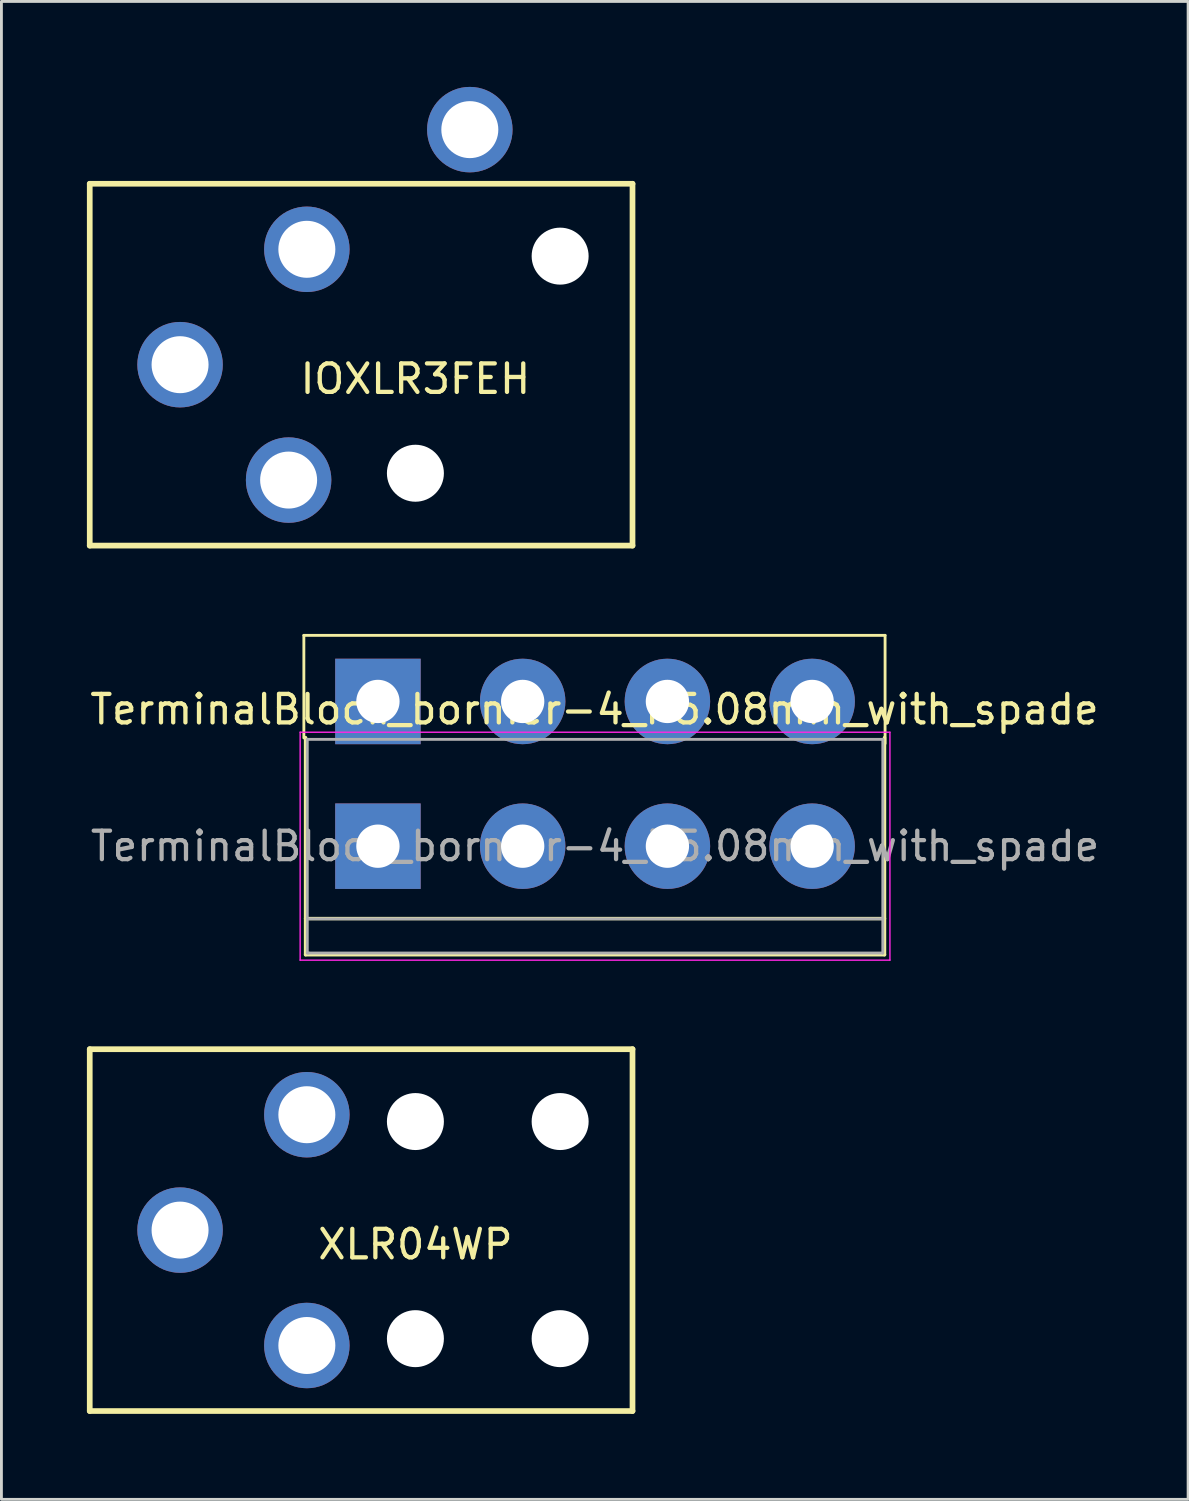
<source format=kicad_pcb>
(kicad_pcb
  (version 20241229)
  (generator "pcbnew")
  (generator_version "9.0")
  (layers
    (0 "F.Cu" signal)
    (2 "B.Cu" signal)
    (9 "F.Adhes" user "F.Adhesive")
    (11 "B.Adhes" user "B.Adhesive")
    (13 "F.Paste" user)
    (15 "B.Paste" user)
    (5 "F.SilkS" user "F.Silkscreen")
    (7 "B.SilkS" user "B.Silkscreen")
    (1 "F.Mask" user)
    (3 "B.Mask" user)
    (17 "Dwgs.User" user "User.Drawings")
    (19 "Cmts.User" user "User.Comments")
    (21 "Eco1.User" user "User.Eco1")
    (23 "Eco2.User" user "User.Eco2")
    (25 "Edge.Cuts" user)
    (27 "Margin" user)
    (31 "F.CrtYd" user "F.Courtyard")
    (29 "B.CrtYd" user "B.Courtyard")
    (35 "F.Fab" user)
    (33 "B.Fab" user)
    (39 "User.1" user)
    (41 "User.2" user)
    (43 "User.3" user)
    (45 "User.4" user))
  (footprint "TerminalBlock_bornier-4_P5.08mm_with_spade"
    (layer "F.Cu")
    (at 10.215 26.65)
    (property "Reference" "TerminalBlock_bornier-4_P5.08mm_with_spade" (at 7.6 -4.8 0) (layer "F.SilkS") (effects (font (size 1 1) (thickness 0.15))))
    (attr through_hole)
    (fp_line (start -2.6 -7.4) (end 17.8 -7.4) (stroke (width 0.1) (type solid)) (layer "F.SilkS"))
    (fp_line (start -2.6 -3.8) (end -2.6 -7.4) (stroke (width 0.1) (type solid)) (layer "F.SilkS"))
    (fp_line (start -2.54 -3.81) (end -2.54 3.81) (stroke (width 0.12) (type solid)) (layer "F.SilkS"))
    (fp_line (start -2.54 3.81) (end 17.78 3.81) (stroke (width 0.12) (type solid)) (layer "F.SilkS"))
    (fp_line (start 17.78 2.54) (end -2.54 2.54) (stroke (width 0.12) (type solid)) (layer "F.SilkS"))
    (fp_line (start 17.78 3.81) (end 17.78 -3.81) (stroke (width 0.12) (type solid)) (layer "F.SilkS"))
    (fp_line (start 17.8 -7.4) (end 17.8 -3.6) (stroke (width 0.1) (type solid)) (layer "F.SilkS"))
    (fp_line (start -2.73 -4) (end -2.73 4) (stroke (width 0.05) (type solid)) (layer "F.CrtYd"))
    (fp_line (start -2.73 -4) (end 17.97 -4) (stroke (width 0.05) (type solid)) (layer "F.CrtYd"))
    (fp_line (start 17.97 4) (end -2.73 4) (stroke (width 0.05) (type solid)) (layer "F.CrtYd"))
    (fp_line (start 17.97 4) (end 17.97 -4) (stroke (width 0.05) (type solid)) (layer "F.CrtYd"))
    (fp_line (start -2.48 -3.75) (end 17.72 -3.75) (stroke (width 0.1) (type solid)) (layer "F.Fab"))
    (fp_line (start -2.48 2.55) (end 17.72 2.55) (stroke (width 0.1) (type solid)) (layer "F.Fab"))
    (fp_line (start -2.48 3.75) (end -2.48 -3.75) (stroke (width 0.1) (type solid)) (layer "F.Fab"))
    (fp_line (start -2.43 3.75) (end -2.48 3.75) (stroke (width 0.1) (type solid)) (layer "F.Fab"))
    (fp_line (start 17.72 -3.75) (end 17.72 3.75) (stroke (width 0.1) (type solid)) (layer "F.Fab"))
    (fp_line (start 17.72 3.75) (end -2.43 3.75) (stroke (width 0.1) (type solid)) (layer "F.Fab"))
    (fp_text user "${REFERENCE}" (at 7.62 0 0) (layer "F.Fab") (effects (font (size 1 1) (thickness 0.15))))
    (pad "1" thru_hole rect (at 0 -5.08) (size 3 3) (drill 1.52) (layers "*.Cu" "*.Mask"))
    (pad "1" thru_hole rect (at 0 0) (size 3 3) (drill 1.52) (layers "*.Cu" "*.Mask"))
    (pad "2" thru_hole circle (at 5.08 -5.08) (size 3 3) (drill 1.52) (layers "*.Cu" "*.Mask"))
    (pad "2" thru_hole circle (at 5.08 0) (size 3 3) (drill 1.52) (layers "*.Cu" "*.Mask"))
    (pad "3" thru_hole circle (at 10.16 -5.08) (size 3 3) (drill 1.52) (layers "*.Cu" "*.Mask"))
    (pad "3" thru_hole circle (at 10.16 0) (size 3 3) (drill 1.52) (layers "*.Cu" "*.Mask"))
    (pad "4" thru_hole circle (at 15.24 -5.08) (size 3 3) (drill 1.52) (layers "*.Cu" "*.Mask"))
    (pad "4" thru_hole circle (at 15.24 0) (size 3 3) (drill 1.52) (layers "*.Cu" "*.Mask")))
  (footprint "IOXLR3FEH"
    (layer "F.Cu")
    (at 11.53 9.75)
    (property "Reference" "IOXLR3FEH" (at 0 0.5 0) (layer "F.SilkS") (effects (font (size 1 1) (thickness 0.15))))
    (attr through_hole)
    (fp_line (start -11.43 -6.35) (end -11.43 6.35) (stroke (width 0.2) (type solid)) (layer "F.SilkS"))
    (fp_line (start -11.43 6.35) (end 7.62 6.35) (stroke (width 0.2) (type solid)) (layer "F.SilkS"))
    (fp_line (start 7.62 -6.35) (end -11.43 -6.35) (stroke (width 0.2) (type solid)) (layer "F.SilkS"))
    (fp_line (start 7.62 6.35) (end 7.62 -6.35) (stroke (width 0.2) (type solid)) (layer "F.SilkS"))
    (pad "" np_thru_hole circle (at 0 3.81) (size 2 2) (drill 2) (layers "*.Cu" "*.Mask"))
    (pad "" np_thru_hole circle (at 5.08 -3.81) (size 2 2) (drill 2) (layers "*.Cu" "*.Mask"))
    (pad "1" thru_hole circle (at -3.81 -4.05) (size 3 3) (drill 2) (layers "*.Cu" "*.Mask"))
    (pad "2" thru_hole circle (at -4.45 4.05) (size 3 3) (drill 2) (layers "*.Cu" "*.Mask"))
    (pad "3" thru_hole circle (at -8.26 0) (size 3 3) (drill 2) (layers "*.Cu" "*.Mask"))
    (pad "G" thru_hole circle (at 1.91 -8.25) (size 3 3) (drill 2) (layers "*.Cu" "*.Mask")))
  (footprint "XLR04WP"
    (layer "F.Cu")
    (at 11.53 40.125)
    (property "Reference" "XLR04WP" (at 0 0.5 0) (layer "F.SilkS") (effects (font (size 1 1) (thickness 0.15))))
    (attr through_hole)
    (fp_line (start -11.43 -6.35) (end -11.43 6.35) (stroke (width 0.2) (type solid)) (layer "F.SilkS"))
    (fp_line (start -11.43 6.35) (end 7.62 6.35) (stroke (width 0.2) (type solid)) (layer "F.SilkS"))
    (fp_line (start 7.62 -6.35) (end -11.43 -6.35) (stroke (width 0.2) (type solid)) (layer "F.SilkS"))
    (fp_line (start 7.62 6.35) (end 7.62 -6.35) (stroke (width 0.2) (type solid)) (layer "F.SilkS"))
    (pad "" np_thru_hole circle (at 0 -3.81) (size 2 2) (drill 2) (layers "*.Cu" "*.Mask"))
    (pad "" np_thru_hole circle (at 0 3.81) (size 2 2) (drill 2) (layers "*.Cu" "*.Mask"))
    (pad "" np_thru_hole circle (at 5.08 -3.81) (size 2 2) (drill 2) (layers "*.Cu" "*.Mask"))
    (pad "" np_thru_hole circle (at 5.08 3.81) (size 2 2) (drill 2) (layers "*.Cu" "*.Mask"))
    (pad "1" thru_hole circle (at -3.81 -4.05) (size 3 3) (drill 2) (layers "*.Cu" "*.Mask"))
    (pad "2" thru_hole circle (at -3.81 4.05) (size 3 3) (drill 2) (layers "*.Cu" "*.Mask"))
    (pad "3" thru_hole circle (at -8.26 0) (size 3 3) (drill 2) (layers "*.Cu" "*.Mask")))
  (gr_rect
    (start -3 -3)
    (end 38.651 49.575)
    (stroke (width 0.1) (type default))
    (fill no)
    (layer "Edge.Cuts")))
</source>
